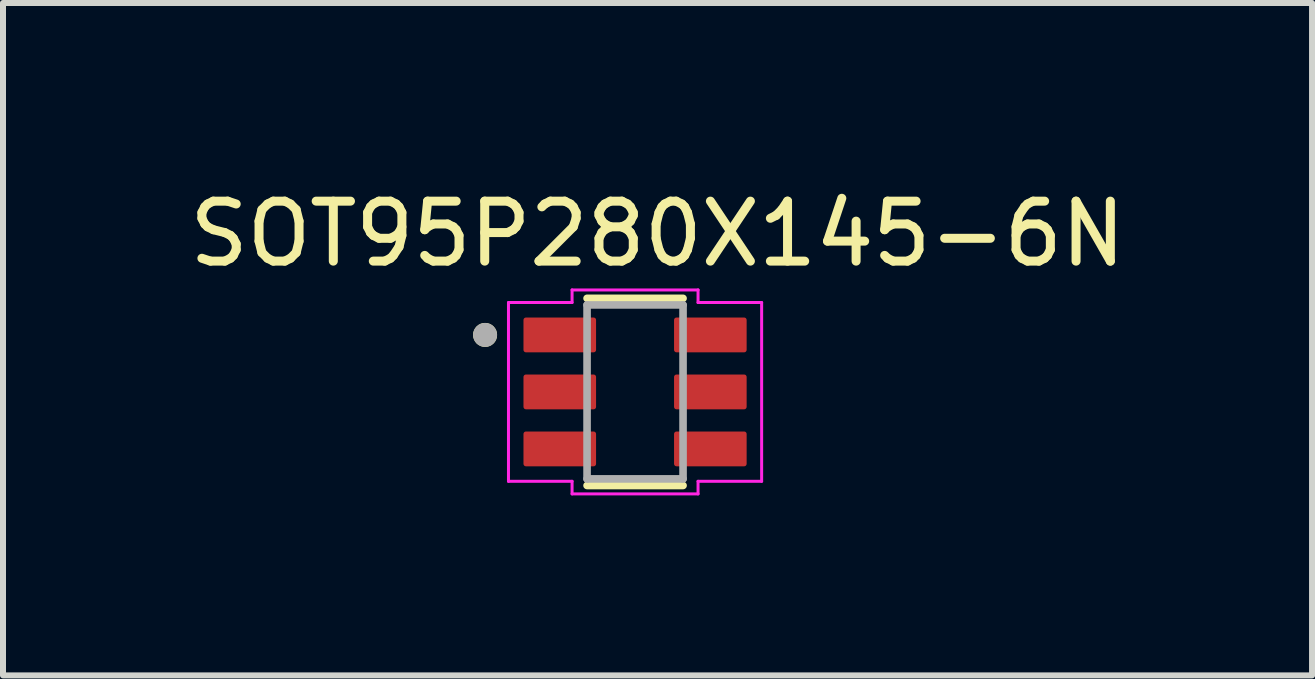
<source format=kicad_pcb>
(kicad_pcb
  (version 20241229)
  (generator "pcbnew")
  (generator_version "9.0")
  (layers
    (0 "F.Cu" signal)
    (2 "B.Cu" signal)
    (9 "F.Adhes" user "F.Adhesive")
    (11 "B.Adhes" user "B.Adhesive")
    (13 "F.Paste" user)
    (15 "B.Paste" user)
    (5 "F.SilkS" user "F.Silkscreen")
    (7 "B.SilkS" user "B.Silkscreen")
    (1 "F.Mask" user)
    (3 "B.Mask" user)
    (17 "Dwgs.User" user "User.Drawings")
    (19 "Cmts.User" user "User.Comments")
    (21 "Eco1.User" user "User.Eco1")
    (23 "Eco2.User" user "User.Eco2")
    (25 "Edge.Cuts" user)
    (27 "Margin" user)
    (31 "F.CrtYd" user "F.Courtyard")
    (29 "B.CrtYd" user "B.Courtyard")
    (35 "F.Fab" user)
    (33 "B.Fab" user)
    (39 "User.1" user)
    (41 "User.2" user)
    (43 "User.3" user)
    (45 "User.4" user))
  (footprint "SOT95P280X145-6N"
    (layer "F.Cu")
    (at 7.536 3.483)
    (property "Reference" "SOT95P280X145-6N" (at 0.375 -2.635 0) (layer "F.SilkS") (effects (font (size 1 1) (thickness 0.15))))
    (attr smd)
    (fp_line (start -0.8 1.56) (end 0.8 1.56) (stroke (width 0.127) (type solid)) (layer "F.SilkS"))
    (fp_line (start 0.8 -1.56) (end -0.8 -1.56) (stroke (width 0.127) (type solid)) (layer "F.SilkS"))
    (fp_circle (center -2.5 -0.95) (end -2.4 -0.95) (stroke (width 0.2) (type solid)) (fill no) (layer "F.SilkS"))
    (fp_line (start -2.11 -1.49) (end -2.11 1.49) (stroke (width 0.05) (type solid)) (layer "F.CrtYd"))
    (fp_line (start -2.11 -1.49) (end -1.05 -1.49) (stroke (width 0.05) (type solid)) (layer "F.CrtYd"))
    (fp_line (start -2.11 1.49) (end -1.05 1.49) (stroke (width 0.05) (type solid)) (layer "F.CrtYd"))
    (fp_line (start -1.05 -1.49) (end -1.05 -1.7) (stroke (width 0.05) (type solid)) (layer "F.CrtYd"))
    (fp_line (start -1.05 1.49) (end -1.05 1.7) (stroke (width 0.05) (type solid)) (layer "F.CrtYd"))
    (fp_line (start -1.05 1.7) (end 1.05 1.7) (stroke (width 0.05) (type solid)) (layer "F.CrtYd"))
    (fp_line (start 1.05 -1.7) (end -1.05 -1.7) (stroke (width 0.05) (type solid)) (layer "F.CrtYd"))
    (fp_line (start 1.05 -1.49) (end 1.05 -1.7) (stroke (width 0.05) (type solid)) (layer "F.CrtYd"))
    (fp_line (start 1.05 1.49) (end 1.05 1.7) (stroke (width 0.05) (type solid)) (layer "F.CrtYd"))
    (fp_line (start 2.11 -1.49) (end 1.05 -1.49) (stroke (width 0.05) (type solid)) (layer "F.CrtYd"))
    (fp_line (start 2.11 1.49) (end 1.05 1.49) (stroke (width 0.05) (type solid)) (layer "F.CrtYd"))
    (fp_line (start 2.11 1.49) (end 2.11 -1.49) (stroke (width 0.05) (type solid)) (layer "F.CrtYd"))
    (fp_line (start -0.8 -1.45) (end -0.8 1.45) (stroke (width 0.127) (type solid)) (layer "F.Fab"))
    (fp_line (start -0.8 1.45) (end 0.8 1.45) (stroke (width 0.127) (type solid)) (layer "F.Fab"))
    (fp_line (start 0.8 -1.45) (end -0.8 -1.45) (stroke (width 0.127) (type solid)) (layer "F.Fab"))
    (fp_line (start 0.8 1.45) (end 0.8 -1.45) (stroke (width 0.127) (type solid)) (layer "F.Fab"))
    (fp_circle (center -2.5 -0.95) (end -2.4 -0.95) (stroke (width 0.2) (type solid)) (fill no) (layer "F.Fab"))
    (pad "1" smd roundrect (at -1.255 -0.95) (size 1.21 0.58) (layers "F.Cu" "F.Mask" "F.Paste") (roundrect_rratio 0.07))
    (pad "2" smd roundrect (at -1.255 0) (size 1.21 0.58) (layers "F.Cu" "F.Mask" "F.Paste") (roundrect_rratio 0.07))
    (pad "3" smd roundrect (at -1.255 0.95) (size 1.21 0.58) (layers "F.Cu" "F.Mask" "F.Paste") (roundrect_rratio 0.07))
    (pad "4" smd roundrect (at 1.255 0.95) (size 1.21 0.58) (layers "F.Cu" "F.Mask" "F.Paste") (roundrect_rratio 0.07))
    (pad "5" smd roundrect (at 1.255 0) (size 1.21 0.58) (layers "F.Cu" "F.Mask" "F.Paste") (roundrect_rratio 0.07))
    (pad "6" smd roundrect (at 1.255 -0.95) (size 1.21 0.58) (layers "F.Cu" "F.Mask" "F.Paste") (roundrect_rratio 0.07)))
  (gr_rect
    (start -3 -3)
    (end 18.821 8.208)
    (stroke (width 0.1) (type default))
    (fill no)
    (layer "Edge.Cuts")))
</source>
